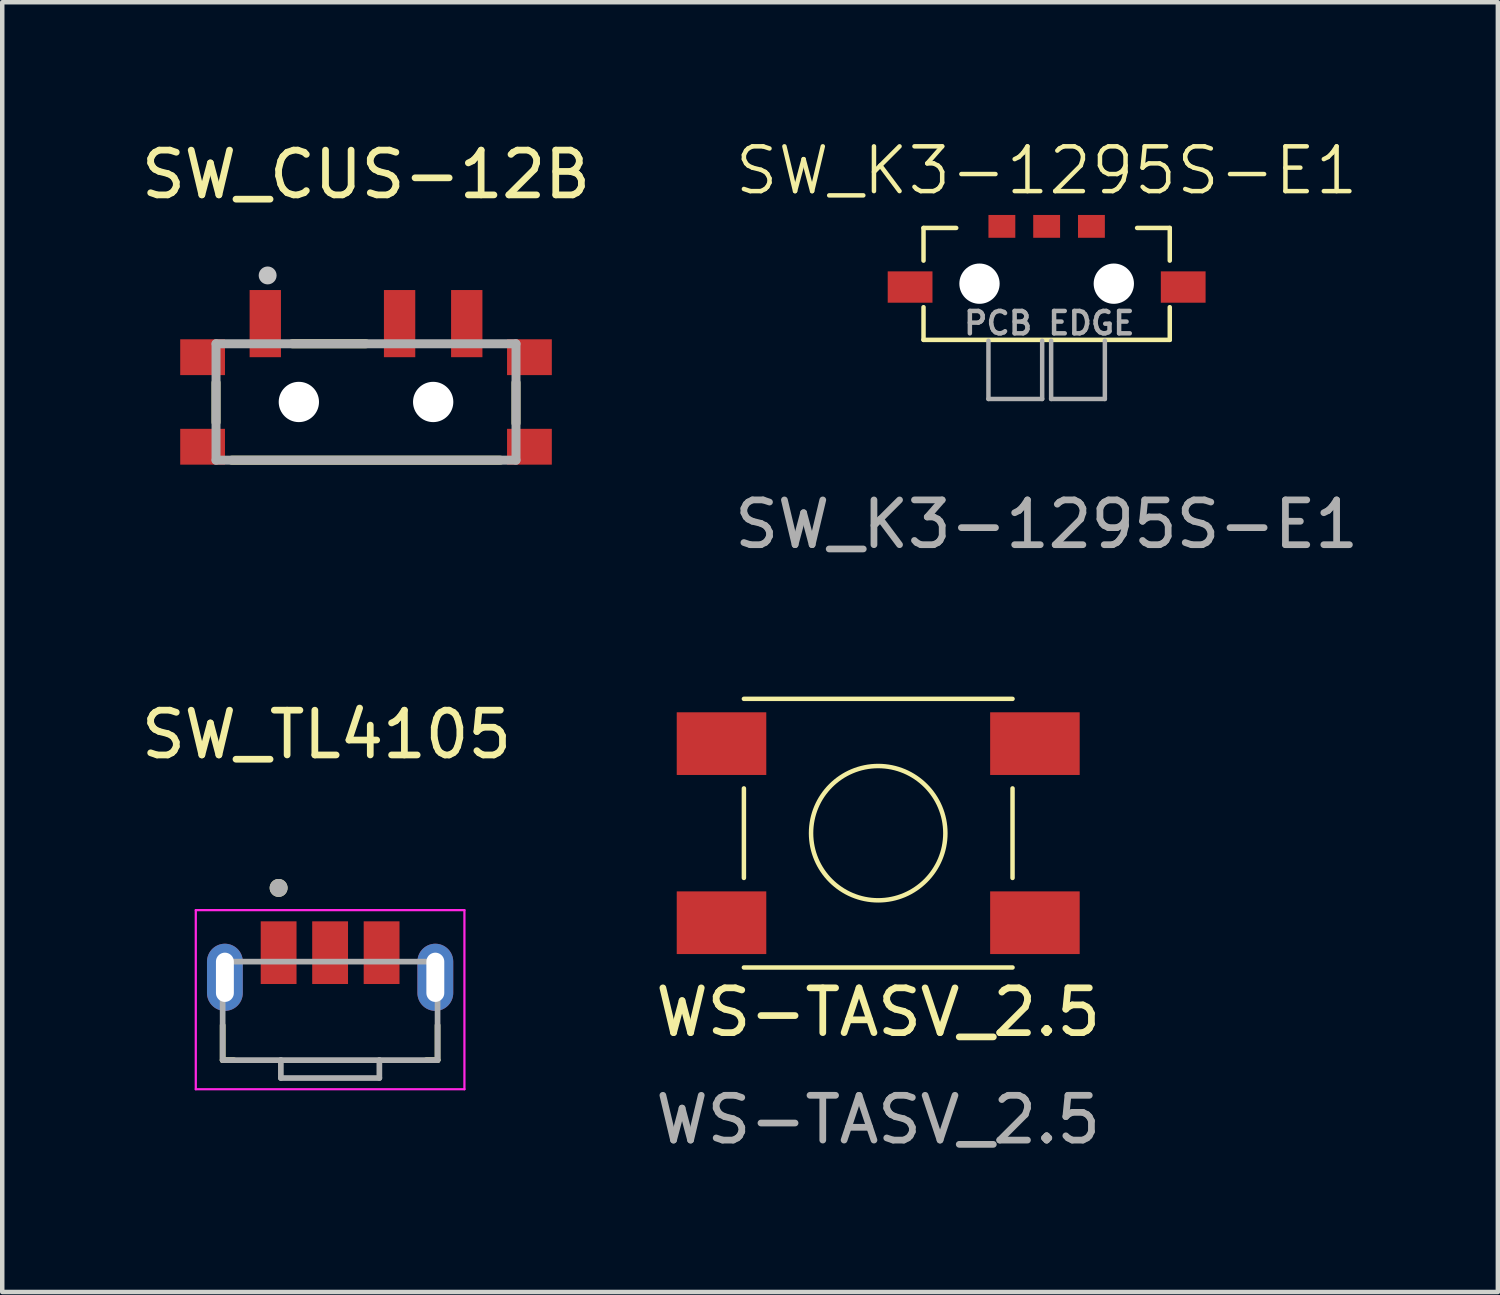
<source format=kicad_pcb>
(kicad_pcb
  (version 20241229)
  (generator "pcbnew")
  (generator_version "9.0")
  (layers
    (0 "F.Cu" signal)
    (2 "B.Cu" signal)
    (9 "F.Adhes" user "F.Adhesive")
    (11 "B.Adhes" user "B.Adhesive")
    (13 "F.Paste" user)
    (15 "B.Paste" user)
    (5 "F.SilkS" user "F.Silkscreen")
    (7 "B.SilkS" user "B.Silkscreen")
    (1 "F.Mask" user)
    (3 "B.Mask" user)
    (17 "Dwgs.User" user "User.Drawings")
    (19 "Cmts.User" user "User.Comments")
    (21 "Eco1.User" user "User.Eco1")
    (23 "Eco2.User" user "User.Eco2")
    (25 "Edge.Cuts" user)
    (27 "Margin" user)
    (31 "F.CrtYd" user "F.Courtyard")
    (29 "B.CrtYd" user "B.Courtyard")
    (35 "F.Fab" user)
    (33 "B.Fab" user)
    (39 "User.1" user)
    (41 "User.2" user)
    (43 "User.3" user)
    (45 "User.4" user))
  (footprint "WS-TASV_2.5"
    (layer "F.Cu")
    (at 16.565 15.559)
    (property "Reference" "WS-TASV_2.5" (at 0 4 0) (unlocked yes) (layer "F.SilkS") (effects (font (size 1 1) (thickness 0.15))))
    (attr smd)
    (fp_line (start -3 -3) (end 3 -3) (stroke (width 0.1) (type default)) (layer "F.SilkS"))
    (fp_line (start -3 -1) (end -3 1) (stroke (width 0.1) (type default)) (layer "F.SilkS"))
    (fp_line (start -3 3) (end 3 3) (stroke (width 0.1) (type default)) (layer "F.SilkS"))
    (fp_line (start 3 -1) (end 3 1) (stroke (width 0.1) (type default)) (layer "F.SilkS"))
    (fp_circle (center 0 0) (end 0 -1.5) (stroke (width 0.1) (type default)) (fill no) (layer "F.SilkS"))
    (fp_text user "${REFERENCE}" (at 0 6.4 0) (unlocked yes) (layer "F.Fab") (effects (font (size 1 1) (thickness 0.15))))
    (pad "1" smd rect (at -3.5 -2) (size 2 1.4) (layers "F.Cu" "F.Mask" "F.Paste"))
    (pad "2" smd rect (at 3.5 -2) (size 2 1.4) (layers "F.Cu" "F.Mask" "F.Paste"))
    (pad "3" smd rect (at -3.5 2) (size 2 1.4) (layers "F.Cu" "F.Mask" "F.Paste"))
    (pad "4" smd rect (at 3.5 2) (size 2 1.4) (layers "F.Cu" "F.Mask" "F.Paste")))
  (footprint "SW_K3-1295S-E1"
    (layer "F.Cu")
    (at 20.327 3.361)
    (property "Reference" "SW_K3-1295S-E1" (at 0 -2.6 0) (unlocked yes) (layer "F.SilkS") (effects (font (size 1 1) (thickness 0.1))))
    (attr smd)
    (fp_line (start -2.75 -0.59) (end -2.75 -1.32) (stroke (width 0.1) (type default)) (layer "F.SilkS"))
    (fp_line (start -2.75 0.45) (end -2.75 1.18) (stroke (width 0.1) (type default)) (layer "F.SilkS"))
    (fp_line (start -2.75 1.18) (end 2.75 1.18) (stroke (width 0.1) (type default)) (layer "F.SilkS"))
    (fp_line (start -2.02 -1.32) (end -2.75 -1.32) (stroke (width 0.1) (type default)) (layer "F.SilkS"))
    (fp_line (start 2.75 -1.32) (end 2.02 -1.32) (stroke (width 0.1) (type default)) (layer "F.SilkS"))
    (fp_line (start 2.75 -0.59) (end 2.75 -1.32) (stroke (width 0.1) (type default)) (layer "F.SilkS"))
    (fp_line (start 2.75 0.45) (end 2.75 1.18) (stroke (width 0.1) (type default)) (layer "F.SilkS"))
    (fp_line (start -1.3 1.2) (end -1.3 2.5) (stroke (width 0.1) (type default)) (layer "F.Fab"))
    (fp_line (start -0.1 1.2) (end -0.1 2.5) (stroke (width 0.1) (type default)) (layer "F.Fab"))
    (fp_line (start -0.1 2.5) (end -1.3 2.5) (stroke (width 0.1) (type default)) (layer "F.Fab"))
    (fp_line (start 0.1 1.2) (end 0.1 2.5) (stroke (width 0.1) (type default)) (layer "F.Fab"))
    (fp_line (start 1.3 1.2) (end 1.3 2.5) (stroke (width 0.1) (type default)) (layer "F.Fab"))
    (fp_line (start 1.3 2.5) (end 0.1 2.5) (stroke (width 0.1) (type default)) (layer "F.Fab"))
    (fp_text user "PCB EDGE" (at -1.9 1.1 0) (unlocked yes) (layer "F.Fab") (effects (font (size 0.5 0.5) (thickness 0.1)) (justify left bottom)))
    (fp_text user "${REFERENCE}" (at 0 5.3 0) (unlocked yes) (layer "F.Fab") (effects (font (size 1 1) (thickness 0.15))))
    (pad "" np_thru_hole circle (at -1.5 -0.075) (size 0.9 0.9) (drill 0.9) (layers "*.Cu" "*.Mask"))
    (pad "" np_thru_hole circle (at 1.5 -0.075) (size 0.9 0.9) (drill 0.9) (layers "*.Cu" "*.Mask"))
    (pad "1" smd rect (at -1 -1.355) (size 0.6 0.51) (layers "F.Cu" "F.Mask" "F.Paste"))
    (pad "2" smd rect (at 0 -1.355) (size 0.6 0.51) (layers "F.Cu" "F.Mask" "F.Paste"))
    (pad "3" smd rect (at 1 -1.355) (size 0.6 0.51) (layers "F.Cu" "F.Mask" "F.Paste"))
    (pad "MP1" smd rect (at -3.05 0) (size 1 0.7) (layers "F.Cu" "F.Mask" "F.Paste"))
    (pad "MP2" smd rect (at 3.05 0) (size 1 0.7) (layers "F.Cu" "F.Mask" "F.Paste"))
    (zone (net_name "") (layer "F.Cu") (hatch edge 0.5) (connect_pads) (min_thickness 0.25) (filled_areas_thickness no) (keepout (tracks not_allowed) (vias not_allowed) (pads not_allowed) (copperpour not_allowed) (footprints allowed)) (placement (enabled no)) (fill) (polygon (pts (xy 19.311 3.767) (xy 19.311 2.827) (xy 18.829 2.827) (xy 18.827 2.26) (xy 21.827 2.26) (xy 21.826 2.827) (xy 21.343 2.827) (xy 21.343 3.767)))))
  (footprint "SW_CUS-12B"
    (layer "F.Cu")
    (at 5.125 5.928)
    (property "Reference" "SW_CUS-12B" (at 0 -5.08 0) (layer "F.SilkS") (effects (font (size 1 1) (thickness 0.15))))
    (attr smd)
    (fp_line (start -3.35 -0.431) (end -3.35 0.454) (stroke (width 0.2) (type solid)) (layer "F.SilkS"))
    (fp_line (start -3 1.3) (end 3 1.3) (stroke (width 0.2) (type solid)) (layer "F.SilkS"))
    (fp_line (start 0 -1.3) (end -1.648 -1.3) (stroke (width 0.2) (type solid)) (layer "F.SilkS"))
    (fp_line (start 3.35 -0.431) (end 3.35 0.474) (stroke (width 0.2) (type solid)) (layer "F.SilkS"))
    (fp_circle (center -2.197 -2.826) (end -2.097 -2.826) (stroke (width 0.2) (type solid)) (fill no) (layer "Dwgs.User"))
    (fp_line (start -3.35 -1.3) (end 3.35 -1.3) (stroke (width 0.2) (type solid)) (layer "F.Fab"))
    (fp_line (start -3.35 1.3) (end -3.35 -1.3) (stroke (width 0.2) (type solid)) (layer "F.Fab"))
    (fp_line (start 3.35 -1.3) (end 3.35 1.3) (stroke (width 0.2) (type solid)) (layer "F.Fab"))
    (fp_line (start 3.35 1.3) (end -3.35 1.3) (stroke (width 0.2) (type solid)) (layer "F.Fab"))
    (pad "" np_thru_hole circle (at -1.5 0) (size 0.9 0.9) (drill 0.9) (layers "*.Cu" "*.Mask"))
    (pad "" np_thru_hole circle (at 1.5 0) (size 0.9 0.9) (drill 0.9) (layers "*.Cu" "*.Mask"))
    (pad "1" smd rect (at -2.25 -1.75 90) (size 1.5 0.7) (layers "F.Cu" "F.Mask" "F.Paste"))
    (pad "2" smd rect (at 0.75 -1.75 90) (size 1.5 0.7) (layers "F.Cu" "F.Mask" "F.Paste"))
    (pad "3" smd rect (at 2.25 -1.75 90) (size 1.5 0.7) (layers "F.Cu" "F.Mask" "F.Paste"))
    (pad "4" smd rect (at 3.65 -1) (size 1 0.8) (layers "F.Cu" "F.Mask" "F.Paste"))
    (pad "5" smd rect (at 3.65 1) (size 1 0.8) (layers "F.Cu" "F.Mask" "F.Paste"))
    (pad "6" smd rect (at -3.65 1) (size 1 0.8) (layers "F.Cu" "F.Mask" "F.Paste"))
    (pad "7" smd rect (at -3.65 -1) (size 1 0.8) (layers "F.Cu" "F.Mask" "F.Paste")))
  (footprint "SW_TL4105"
    (layer "F.Cu")
    (at 4.323 18.778)
    (property "Reference" "SW_TL4105" (at -0.079 -5.421 0) (layer "F.SilkS") (effects (font (size 1 1) (thickness 0.15))))
    (attr smd)
    (fp_line (start -2.4 1.85) (end -2.4 1.07) (stroke (width 0.127) (type solid)) (layer "F.SilkS"))
    (fp_line (start -2.15 1.85) (end -2.4 1.85) (stroke (width 0.127) (type solid)) (layer "F.SilkS"))
    (fp_line (start 2.4 1.85) (end 2.15 1.85) (stroke (width 0.127) (type solid)) (layer "F.SilkS"))
    (fp_line (start 2.4 1.85) (end 2.4 1.07) (stroke (width 0.127) (type solid)) (layer "F.SilkS"))
    (fp_circle (center -1.15 -1.996) (end -1.05 -1.996) (stroke (width 0.2) (type solid)) (fill no) (layer "F.SilkS"))
    (fp_line (start -1.9 1.75) (end -1.9 1.14) (stroke (width 0.01) (type solid)) (layer "Eco2.User"))
    (fp_line (start -1.23 0.4) (end 1.23 0.4) (stroke (width 0.01) (type solid)) (layer "Eco2.User"))
    (fp_line (start 1.9 1.14) (end 1.9 1.75) (stroke (width 0.01) (type solid)) (layer "Eco2.User"))
    (fp_line (start 1.9 1.75) (end -1.9 1.75) (stroke (width 0.01) (type solid)) (layer "Eco2.User"))
    (fp_arc (start -1.9 1.14) (mid -1.897274 0.469158) (end -1.23 0.4) (stroke (width 0.01) (type solid)) (layer "Eco2.User"))
    (fp_arc (start 1.23 0.4) (mid 1.897274 0.469158) (end 1.9 1.14) (stroke (width 0.01) (type solid)) (layer "Eco2.User"))
    (fp_line (start -3 -1.5) (end -3 2.5) (stroke (width 0.05) (type solid)) (layer "F.CrtYd"))
    (fp_line (start -3 2.5) (end 3 2.5) (stroke (width 0.05) (type solid)) (layer "F.CrtYd"))
    (fp_line (start 3 -1.5) (end -3 -1.5) (stroke (width 0.05) (type solid)) (layer "F.CrtYd"))
    (fp_line (start 3 2.5) (end 3 -1.5) (stroke (width 0.05) (type solid)) (layer "F.CrtYd"))
    (fp_line (start -2.4 -0.35) (end 2.4 -0.35) (stroke (width 0.127) (type solid)) (layer "F.Fab"))
    (fp_line (start -2.4 1.85) (end -2.4 -0.35) (stroke (width 0.127) (type solid)) (layer "F.Fab"))
    (fp_line (start -1.1 1.85) (end -2.4 1.85) (stroke (width 0.127) (type solid)) (layer "F.Fab"))
    (fp_line (start -1.1 1.85) (end -1.1 2.25) (stroke (width 0.127) (type solid)) (layer "F.Fab"))
    (fp_line (start -1.1 2.25) (end 1.1 2.25) (stroke (width 0.127) (type solid)) (layer "F.Fab"))
    (fp_line (start 1.1 1.85) (end -1.1 1.85) (stroke (width 0.127) (type solid)) (layer "F.Fab"))
    (fp_line (start 1.1 2.25) (end 1.1 1.85) (stroke (width 0.127) (type solid)) (layer "F.Fab"))
    (fp_line (start 2.4 -0.35) (end 2.4 1.85) (stroke (width 0.127) (type solid)) (layer "F.Fab"))
    (fp_line (start 2.4 1.85) (end 1.1 1.85) (stroke (width 0.127) (type solid)) (layer "F.Fab"))
    (fp_circle (center -1.15 -1.996) (end -1.05 -1.996) (stroke (width 0.2) (type solid)) (fill no) (layer "F.Fab"))
    (pad "1" smd rect (at -1.15 -0.55) (size 0.8 1.4) (layers "F.Cu" "F.Mask" "F.Paste"))
    (pad "2" smd rect (at 0 -0.55) (size 0.8 1.4) (layers "F.Cu" "F.Mask" "F.Paste"))
    (pad "3" smd rect (at 1.15 -0.55) (size 0.8 1.4) (layers "F.Cu" "F.Mask" "F.Paste"))
    (pad "SH1" thru_hole oval (at -2.35 0) (size 0.8 1.5) (drill oval 0.4 1.1) (layers "*.Cu" "*.Mask"))
    (pad "SH2" thru_hole oval (at 2.35 0) (size 0.8 1.5) (drill oval 0.4 1.1) (layers "*.Cu" "*.Mask")))
  (gr_rect
    (start -3 -3)
    (end 30.405 25.807)
    (stroke (width 0.1) (type default))
    (fill no)
    (layer "Edge.Cuts")))
</source>
